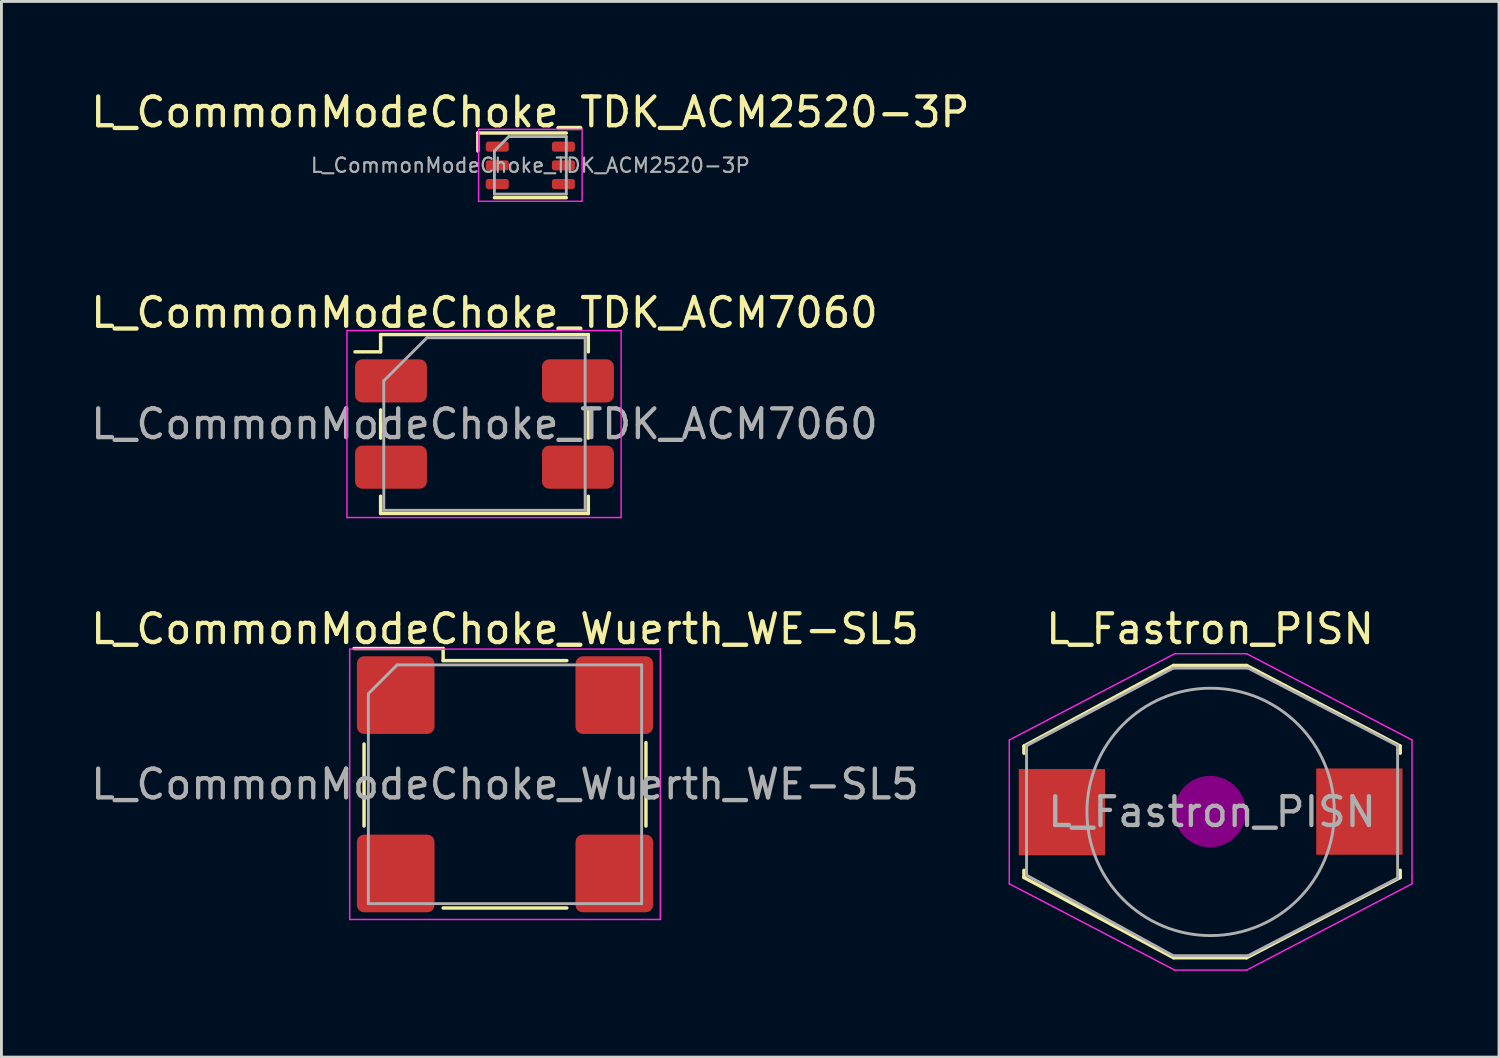
<source format=kicad_pcb>
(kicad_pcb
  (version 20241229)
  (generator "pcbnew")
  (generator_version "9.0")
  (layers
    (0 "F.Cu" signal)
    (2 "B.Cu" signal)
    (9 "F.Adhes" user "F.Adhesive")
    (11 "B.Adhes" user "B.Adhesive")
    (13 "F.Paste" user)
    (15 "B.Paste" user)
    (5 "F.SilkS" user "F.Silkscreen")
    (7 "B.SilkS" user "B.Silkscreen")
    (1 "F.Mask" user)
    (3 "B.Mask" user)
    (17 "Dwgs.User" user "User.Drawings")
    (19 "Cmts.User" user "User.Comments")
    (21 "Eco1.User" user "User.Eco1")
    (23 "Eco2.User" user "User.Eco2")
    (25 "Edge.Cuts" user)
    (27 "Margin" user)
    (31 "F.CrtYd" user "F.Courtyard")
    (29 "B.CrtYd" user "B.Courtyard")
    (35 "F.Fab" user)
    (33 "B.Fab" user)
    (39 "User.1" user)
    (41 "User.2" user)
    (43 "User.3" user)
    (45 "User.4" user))
  (footprint "L_CommonModeChoke_Wuerth_WE-SL5"
    (layer "F.Cu")
    (at 14.506 24.215)
    (property "Reference" "L_CommonModeChoke_Wuerth_WE-SL5" (at 0 -5.4 0) (layer "F.SilkS") (effects (font (size 1 1) (thickness 0.15))))
    (attr smd)
    (fp_line (start -4.9 1.45) (end -4.9 -1.4) (stroke (width 0.12) (type solid)) (layer "F.SilkS"))
    (fp_line (start -2.15 -4.72) (end -5.25 -4.72) (stroke (width 0.12) (type solid)) (layer "F.SilkS"))
    (fp_line (start -2.15 -4.3) (end -2.15 -4.72) (stroke (width 0.12) (type solid)) (layer "F.SilkS"))
    (fp_line (start 2.15 -4.3) (end -2.15 -4.3) (stroke (width 0.12) (type solid)) (layer "F.SilkS"))
    (fp_line (start 2.15 4.3) (end -2.15 4.3) (stroke (width 0.12) (type solid)) (layer "F.SilkS"))
    (fp_line (start 4.9 1.45) (end 4.9 -1.45) (stroke (width 0.12) (type solid)) (layer "F.SilkS"))
    (fp_line (start -5.4 4.7) (end -5.4 -4.7) (stroke (width 0.05) (type solid)) (layer "F.CrtYd"))
    (fp_line (start 5.4 -4.7) (end -5.4 -4.7) (stroke (width 0.05) (type solid)) (layer "F.CrtYd"))
    (fp_line (start 5.4 4.7) (end -5.4 4.7) (stroke (width 0.05) (type solid)) (layer "F.CrtYd"))
    (fp_line (start 5.4 4.7) (end 5.4 -4.7) (stroke (width 0.05) (type solid)) (layer "F.CrtYd"))
    (fp_line (start -4.75 -3.15) (end -4.75 4.15) (stroke (width 0.1) (type solid)) (layer "F.Fab"))
    (fp_line (start -4.75 4.15) (end 4.75 4.15) (stroke (width 0.1) (type solid)) (layer "F.Fab"))
    (fp_line (start -3.75 -4.15) (end -4.75 -3.15) (stroke (width 0.1) (type solid)) (layer "F.Fab"))
    (fp_line (start 4.75 -4.15) (end -3.75 -4.15) (stroke (width 0.1) (type solid)) (layer "F.Fab"))
    (fp_line (start 4.75 -4.15) (end 4.75 4.15) (stroke (width 0.1) (type solid)) (layer "F.Fab"))
    (fp_text user "${REFERENCE}" (at 0 0 0) (layer "F.Fab") (effects (font (size 1 1) (thickness 0.15))))
    (pad "1" smd roundrect (at -3.8 -3.1 180) (size 2.7 2.7) (layers "F.Cu" "F.Mask" "F.Paste") (roundrect_rratio 0.093))
    (pad "2" smd roundrect (at -3.8 3.1 180) (size 2.7 2.7) (layers "F.Cu" "F.Mask" "F.Paste") (roundrect_rratio 0.093))
    (pad "3" smd roundrect (at 3.8 3.1 180) (size 2.7 2.7) (layers "F.Cu" "F.Mask" "F.Paste") (roundrect_rratio 0.093))
    (pad "4" smd roundrect (at 3.8 -3.1 180) (size 2.7 2.7) (layers "F.Cu" "F.Mask" "F.Paste") (roundrect_rratio 0.093)))
  (footprint "L_Fastron_PISN"
    (layer "F.Cu")
    (at 39.037 25.175)
    (property "Reference" "L_Fastron_PISN" (at -0.02 -6.36 0) (layer "F.SilkS") (effects (font (size 1 1) (thickness 0.15))))
    (attr smd)
    (fp_line (start -6.49 -2.29) (end -6.49 -2.04) (stroke (width 0.12) (type solid)) (layer "F.SilkS"))
    (fp_line (start -6.49 2.28) (end -6.49 2.03) (stroke (width 0.12) (type solid)) (layer "F.SilkS"))
    (fp_line (start -1.29 -5.09) (end -6.49 -2.29) (stroke (width 0.12) (type solid)) (layer "F.SilkS"))
    (fp_line (start -1.29 -5.09) (end 1.25 -5.09) (stroke (width 0.12) (type solid)) (layer "F.SilkS"))
    (fp_line (start -1.29 5.07) (end -6.49 2.28) (stroke (width 0.12) (type solid)) (layer "F.SilkS"))
    (fp_line (start -1.29 5.07) (end 1.25 5.07) (stroke (width 0.12) (type solid)) (layer "F.SilkS"))
    (fp_line (start 1.25 -5.09) (end 6.59 -2.29) (stroke (width 0.12) (type solid)) (layer "F.SilkS"))
    (fp_line (start 1.25 5.07) (end 6.59 2.28) (stroke (width 0.12) (type solid)) (layer "F.SilkS"))
    (fp_line (start 6.59 -2.29) (end 6.59 -2.04) (stroke (width 0.12) (type solid)) (layer "F.SilkS"))
    (fp_line (start 6.59 2.28) (end 6.59 2.03) (stroke (width 0.12) (type solid)) (layer "F.SilkS"))
    (fp_line (start -0.02 -0.26) (end -0.02 0.25) (stroke (width 0.38) (type solid)) (layer "F.Adhes"))
    (fp_circle (center -0.02 -0.01) (end -0.02 0.5) (stroke (width 0.38) (type solid)) (fill no) (layer "F.Adhes"))
    (fp_circle (center -0.02 -0.01) (end 0.24 -0.01) (stroke (width 0.38) (type solid)) (fill no) (layer "F.Adhes"))
    (fp_circle (center -0.02 -0.01) (end 0.24 0.76) (stroke (width 0.38) (type solid)) (fill no) (layer "F.Adhes"))
    (fp_circle (center -0.02 -0.01) (end 0.24 1.01) (stroke (width 0.38) (type solid)) (fill no) (layer "F.Adhes"))
    (fp_line (start -7 -2.5) (end -1.25 -5.5) (stroke (width 0.05) (type solid)) (layer "F.CrtYd"))
    (fp_line (start -7 2.5) (end -7 -2.5) (stroke (width 0.05) (type solid)) (layer "F.CrtYd"))
    (fp_line (start -1.25 -5.5) (end 1.25 -5.5) (stroke (width 0.05) (type solid)) (layer "F.CrtYd"))
    (fp_line (start -1.25 5.5) (end -7 2.5) (stroke (width 0.05) (type solid)) (layer "F.CrtYd"))
    (fp_line (start 1.25 -5.5) (end 7 -2.5) (stroke (width 0.05) (type solid)) (layer "F.CrtYd"))
    (fp_line (start 1.25 5.5) (end -1.25 5.5) (stroke (width 0.05) (type solid)) (layer "F.CrtYd"))
    (fp_line (start 7 -2.5) (end 7 2.25) (stroke (width 0.05) (type solid)) (layer "F.CrtYd"))
    (fp_line (start 7 2.25) (end 7 2.5) (stroke (width 0.05) (type solid)) (layer "F.CrtYd"))
    (fp_line (start 7 2.5) (end 1.25 5.5) (stroke (width 0.05) (type solid)) (layer "F.CrtYd"))
    (fp_line (start -6.4 -2.3) (end -1.3 -5) (stroke (width 0.1) (type solid)) (layer "F.Fab"))
    (fp_line (start -6.4 -2) (end -6.4 -2.3) (stroke (width 0.1) (type solid)) (layer "F.Fab"))
    (fp_line (start -6.4 -2) (end -6.4 2.2) (stroke (width 0.1) (type solid)) (layer "F.Fab"))
    (fp_line (start -6.4 2.2) (end -1.3 5) (stroke (width 0.1) (type solid)) (layer "F.Fab"))
    (fp_line (start -1.3 -5) (end 1.3 -5) (stroke (width 0.1) (type solid)) (layer "F.Fab"))
    (fp_line (start -1.3 5) (end 1.3 5) (stroke (width 0.1) (type solid)) (layer "F.Fab"))
    (fp_line (start 1.3 -5) (end 6.5 -2.3) (stroke (width 0.1) (type solid)) (layer "F.Fab"))
    (fp_line (start 1.3 5) (end 6.5 2.3) (stroke (width 0.1) (type solid)) (layer "F.Fab"))
    (fp_line (start 6.5 -2.3) (end 6.5 -2) (stroke (width 0.1) (type solid)) (layer "F.Fab"))
    (fp_line (start 6.5 2.3) (end 6.5 -2.2) (stroke (width 0.1) (type solid)) (layer "F.Fab"))
    (fp_circle (center 0 0) (end 0 -4.3) (stroke (width 0.1) (type solid)) (fill no) (layer "F.Fab"))
    (fp_text user "${REFERENCE}" (at 0.05 0 0) (layer "F.Fab") (effects (font (size 1 1) (thickness 0.15))))
    (pad "1" smd rect (at 5.17 -0.01) (size 3 3) (layers "F.Cu" "F.Mask" "F.Paste"))
    (pad "2" smd rect (at -5.17 0.01) (size 3 3) (layers "F.Cu" "F.Mask" "F.Paste")))
  (footprint "L_CommonModeChoke_TDK_ACM2520-3P"
    (layer "F.Cu")
    (at 15.387 2.698)
    (property "Reference" "L_CommonModeChoke_TDK_ACM2520-3P" (at 0 -1.85 0) (layer "F.SilkS") (effects (font (size 1 1) (thickness 0.15))))
    (attr smd)
    (fp_line (start -1.825 -1.125) (end -1.825 -0.5) (stroke (width 0.12) (type default)) (layer "F.SilkS"))
    (fp_line (start 1.25 -1.125) (end -1.825 -1.125) (stroke (width 0.12) (type default)) (layer "F.SilkS"))
    (fp_line (start 1.25 1.125) (end -1.25 1.125) (stroke (width 0.12) (type default)) (layer "F.SilkS"))
    (fp_line (start -1.8 -1.25) (end 1.8 -1.25) (stroke (width 0.05) (type default)) (layer "F.CrtYd"))
    (fp_line (start -1.8 1.25) (end -1.8 -1.25) (stroke (width 0.05) (type default)) (layer "F.CrtYd"))
    (fp_line (start 1.8 -1.25) (end 1.8 1.25) (stroke (width 0.05) (type default)) (layer "F.CrtYd"))
    (fp_line (start 1.8 1.25) (end -1.8 1.25) (stroke (width 0.05) (type default)) (layer "F.CrtYd"))
    (fp_line (start -1.25 1) (end -1.25 -0.5) (stroke (width 0.1) (type default)) (layer "F.Fab"))
    (fp_line (start -0.75 -1) (end -1.25 -0.5) (stroke (width 0.1) (type default)) (layer "F.Fab"))
    (fp_line (start -0.75 -1) (end 1.25 -1) (stroke (width 0.1) (type default)) (layer "F.Fab"))
    (fp_line (start 1.25 -1) (end 1.25 1) (stroke (width 0.1) (type default)) (layer "F.Fab"))
    (fp_line (start 1.25 1) (end -1.25 1) (stroke (width 0.1) (type default)) (layer "F.Fab"))
    (fp_text user "${REFERENCE}" (at 0 0 0) (layer "F.Fab") (effects (font (size 0.5 0.5) (thickness 0.075))))
    (pad "1" smd roundrect (at -1.15 -0.65) (size 0.8 0.35) (layers "F.Cu" "F.Mask" "F.Paste") (roundrect_rratio 0.25))
    (pad "2" smd roundrect (at -1.15 0) (size 0.8 0.35) (layers "F.Cu" "F.Mask" "F.Paste") (roundrect_rratio 0.25))
    (pad "3" smd roundrect (at -1.15 0.65) (size 0.8 0.35) (layers "F.Cu" "F.Mask" "F.Paste") (roundrect_rratio 0.25))
    (pad "4" smd roundrect (at 1.15 0.65) (size 0.8 0.35) (layers "F.Cu" "F.Mask" "F.Paste") (roundrect_rratio 0.25))
    (pad "5" smd roundrect (at 1.15 0) (size 0.8 0.35) (layers "F.Cu" "F.Mask" "F.Paste") (roundrect_rratio 0.25))
    (pad "6" smd roundrect (at 1.15 -0.65) (size 0.8 0.35) (layers "F.Cu" "F.Mask" "F.Paste") (roundrect_rratio 0.25)))
  (footprint "L_CommonModeChoke_TDK_ACM7060"
    (layer "F.Cu")
    (at 13.792 11.691)
    (property "Reference" "L_CommonModeChoke_TDK_ACM7060" (at 0 -3.87 0) (layer "F.SilkS") (effects (font (size 1 1) (thickness 0.15))))
    (attr smd)
    (fp_line (start -3.61 -3.11) (end 3.61 -3.11) (stroke (width 0.12) (type solid)) (layer "F.SilkS"))
    (fp_line (start -3.61 -2.51) (end -4.5 -2.51) (stroke (width 0.12) (type solid)) (layer "F.SilkS"))
    (fp_line (start -3.61 -2.51) (end -3.61 -3.11) (stroke (width 0.12) (type solid)) (layer "F.SilkS"))
    (fp_line (start -3.61 0.49) (end -3.61 -0.49) (stroke (width 0.12) (type solid)) (layer "F.SilkS"))
    (fp_line (start -3.61 3.11) (end -3.61 2.51) (stroke (width 0.12) (type solid)) (layer "F.SilkS"))
    (fp_line (start -3.61 3.11) (end 3.61 3.11) (stroke (width 0.12) (type solid)) (layer "F.SilkS"))
    (fp_line (start 3.61 -2.51) (end 3.61 -3.11) (stroke (width 0.12) (type solid)) (layer "F.SilkS"))
    (fp_line (start 3.61 0.49) (end 3.61 -0.49) (stroke (width 0.12) (type solid)) (layer "F.SilkS"))
    (fp_line (start 3.61 3.11) (end 3.61 2.51) (stroke (width 0.12) (type solid)) (layer "F.SilkS"))
    (fp_line (start -4.78 -3.25) (end 4.75 -3.25) (stroke (width 0.05) (type solid)) (layer "F.CrtYd"))
    (fp_line (start -4.78 3.25) (end -4.78 -3.25) (stroke (width 0.05) (type solid)) (layer "F.CrtYd"))
    (fp_line (start -4.78 3.25) (end 4.75 3.25) (stroke (width 0.05) (type solid)) (layer "F.CrtYd"))
    (fp_line (start 4.75 3.25) (end 4.75 -3.25) (stroke (width 0.05) (type solid)) (layer "F.CrtYd"))
    (fp_line (start -3.5 -1.5) (end -2 -3) (stroke (width 0.1) (type solid)) (layer "F.Fab"))
    (fp_line (start -3.5 3) (end -3.5 -1.5) (stroke (width 0.1) (type solid)) (layer "F.Fab"))
    (fp_line (start -2 -3) (end 3.5 -3) (stroke (width 0.1) (type solid)) (layer "F.Fab"))
    (fp_line (start 3.5 -3) (end 3.5 3) (stroke (width 0.1) (type solid)) (layer "F.Fab"))
    (fp_line (start 3.5 3) (end -3.5 3) (stroke (width 0.1) (type solid)) (layer "F.Fab"))
    (fp_text user "${REFERENCE}" (at 0 0 0) (layer "F.Fab") (effects (font (size 1 1) (thickness 0.15))))
    (pad "1" smd roundrect (at -3.25 -1.5) (size 2.5 1.5) (layers "F.Cu" "F.Mask" "F.Paste") (roundrect_rratio 0.167))
    (pad "2" smd roundrect (at -3.25 1.5) (size 2.5 1.5) (layers "F.Cu" "F.Mask" "F.Paste") (roundrect_rratio 0.167))
    (pad "3" smd roundrect (at 3.25 1.5) (size 2.5 1.5) (layers "F.Cu" "F.Mask" "F.Paste") (roundrect_rratio 0.167))
    (pad "4" smd roundrect (at 3.25 -1.5) (size 2.5 1.5) (layers "F.Cu" "F.Mask" "F.Paste") (roundrect_rratio 0.167)))
  (gr_rect
    (start -3 -3)
    (end 49.062 33.7)
    (stroke (width 0.1) (type default))
    (fill no)
    (layer "Edge.Cuts")))
</source>
